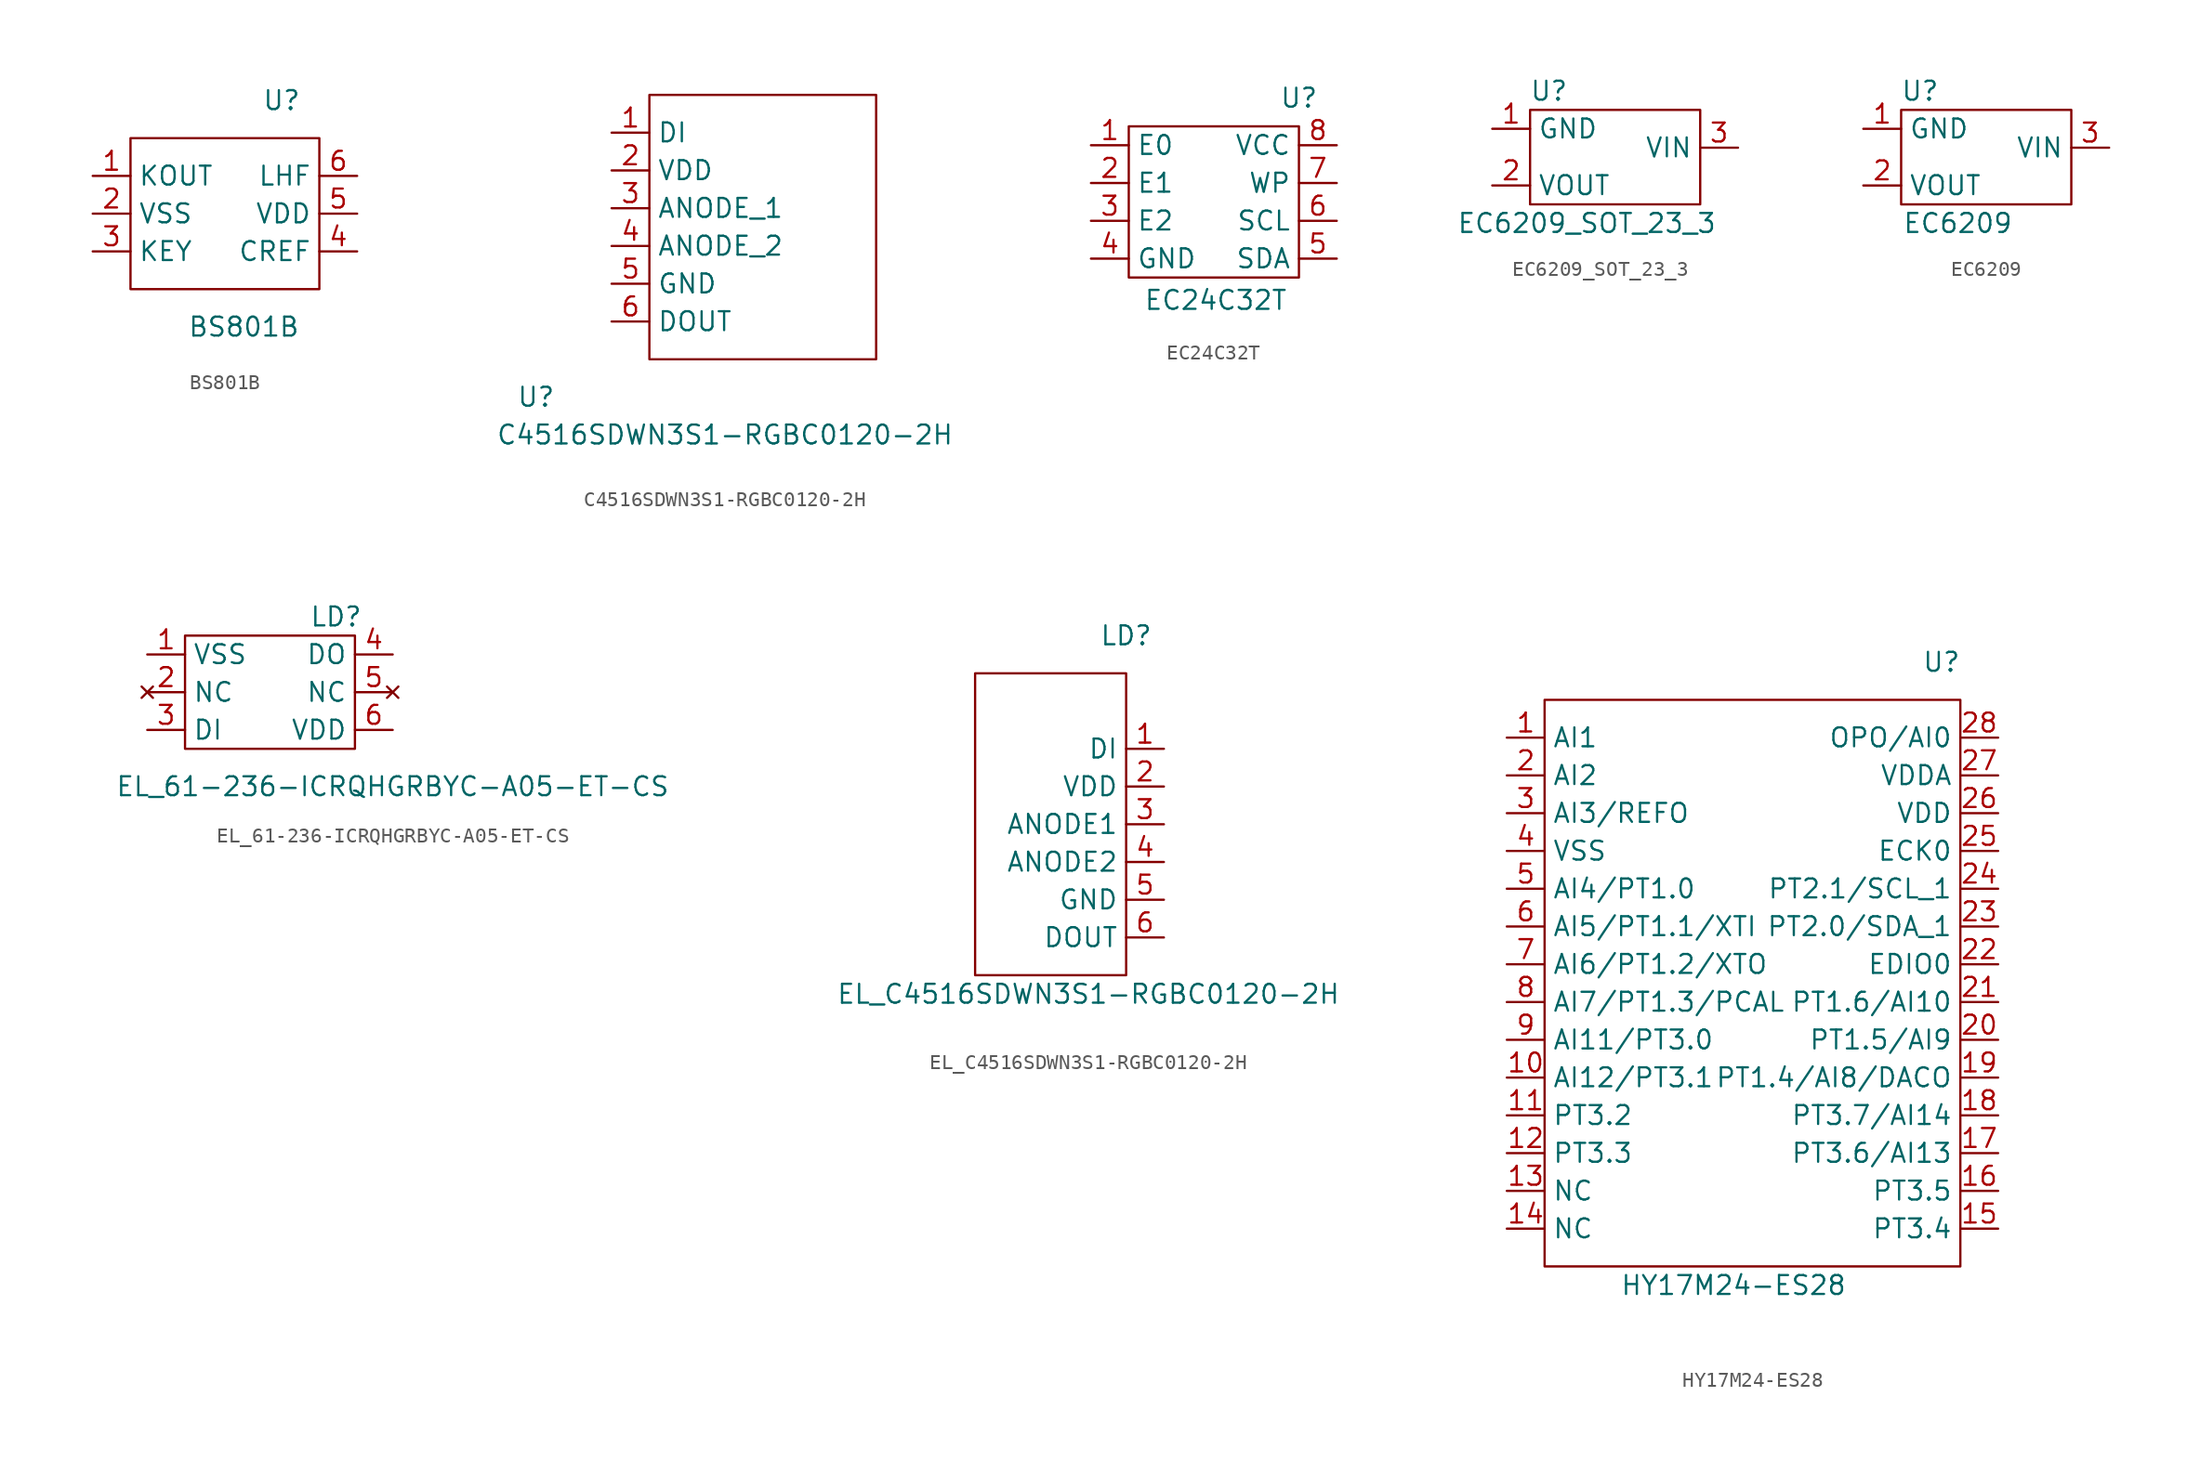
<source format=kicad_sym>
(kicad_symbol_lib
  (version 20220914)
  (generator kicad_symbol_editor)
  (symbol "BS801B"
    (property "Reference" "U"
      (at 10.16 12.7 0)
      (effects (font (size 1.27 1.27))))
    (property "Value" "BS801B"
      (at 7.62 -2.54 0)
      (effects (font (size 1.27 1.27))))
    (symbol "BS801B_0_1"
      (rectangle (start 0 10.16) (end 12.7 0) (stroke (width 0) (type default)) (fill (type none))))
    (symbol "BS801B_1_1"
      (pin bidirectional line (at -2.54 7.62 0) (length 2.54) (name "KOUT" (effects (font (size 1.27 1.27)))) (number "1" (effects (font (size 1.27 1.27)))))
      (pin bidirectional line (at -2.54 5.08 0) (length 2.54) (name "VSS" (effects (font (size 1.27 1.27)))) (number "2" (effects (font (size 1.27 1.27)))))
      (pin bidirectional line (at -2.54 2.54 0) (length 2.54) (name "KEY" (effects (font (size 1.27 1.27)))) (number "3" (effects (font (size 1.27 1.27)))))
      (pin bidirectional line (at 15.24 2.54 180) (length 2.54) (name "CREF" (effects (font (size 1.27 1.27)))) (number "4" (effects (font (size 1.27 1.27)))))
      (pin bidirectional line (at 15.24 5.08 180) (length 2.54) (name "VDD" (effects (font (size 1.27 1.27)))) (number "5" (effects (font (size 1.27 1.27)))))
      (pin bidirectional line (at 15.24 7.62 180) (length 2.54) (name "LHF" (effects (font (size 1.27 1.27)))) (number "6" (effects (font (size 1.27 1.27)))))))
  (symbol "C4516SDWN3S1-RGBC0120-2H"
    (property "Reference" "U"
      (at -7.62 -2.54 0)
      (effects (font (size 1.27 1.27))))
    (property "Value" "C4516SDWN3S1-RGBC0120-2H"
      (at 5.08 -5.08 0)
      (effects (font (size 1.27 1.27))))
    (symbol "C4516SDWN3S1-RGBC0120-2H_0_1"
      (rectangle (start 0 17.78) (end 15.24 0) (stroke (width 0) (type default)) (fill (type none))))
    (symbol "C4516SDWN3S1-RGBC0120-2H_1_1"
      (pin bidirectional line (at -2.54 15.24 0) (length 2.54) (name "DI" (effects (font (size 1.27 1.27)))) (number "1" (effects (font (size 1.27 1.27)))))
      (pin bidirectional line (at -2.54 12.7 0) (length 2.54) (name "VDD" (effects (font (size 1.27 1.27)))) (number "2" (effects (font (size 1.27 1.27)))))
      (pin bidirectional line (at -2.54 10.16 0) (length 2.54) (name "ANODE_1" (effects (font (size 1.27 1.27)))) (number "3" (effects (font (size 1.27 1.27)))))
      (pin bidirectional line (at -2.54 7.62 0) (length 2.54) (name "ANODE_2" (effects (font (size 1.27 1.27)))) (number "4" (effects (font (size 1.27 1.27)))))
      (pin bidirectional line (at -2.54 5.08 0) (length 2.54) (name "GND" (effects (font (size 1.27 1.27)))) (number "5" (effects (font (size 1.27 1.27)))))
      (pin bidirectional line (at -2.54 2.54 0) (length 2.54) (name "DOUT" (effects (font (size 1.27 1.27)))) (number "6" (effects (font (size 1.27 1.27)))))))
  (symbol "EC24C32T"
    (property "Reference" "U"
      (at 11.43 12.065 0)
      (effects (font (size 1.27 1.27))))
    (property "Value" "EC24C32T"
      (at 5.842 -1.524 0)
      (effects (font (size 1.27 1.27))))
    (symbol "EC24C32T_0_1"
      (rectangle (start 0 10.16) (end 11.43 0) (stroke (width 0) (type default)) (fill (type none))))
    (symbol "EC24C32T_1_1"
      (pin passive line (at -2.54 8.89 0) (length 2.54) (name "E0" (effects (font (size 1.27 1.27)))) (number "1" (effects (font (size 1.27 1.27)))))
      (pin passive line (at -2.54 6.35 0) (length 2.54) (name "E1" (effects (font (size 1.27 1.27)))) (number "2" (effects (font (size 1.27 1.27)))))
      (pin passive line (at -2.54 3.81 0) (length 2.54) (name "E2" (effects (font (size 1.27 1.27)))) (number "3" (effects (font (size 1.27 1.27)))))
      (pin passive line (at -2.54 1.27 0) (length 2.54) (name "GND" (effects (font (size 1.27 1.27)))) (number "4" (effects (font (size 1.27 1.27)))))
      (pin bidirectional line (at 13.97 1.27 180) (length 2.54) (name "SDA" (effects (font (size 1.27 1.27)))) (number "5" (effects (font (size 1.27 1.27)))))
      (pin bidirectional line (at 13.97 3.81 180) (length 2.54) (name "SCL" (effects (font (size 1.27 1.27)))) (number "6" (effects (font (size 1.27 1.27)))))
      (pin passive line (at 13.97 6.35 180) (length 2.54) (name "WP" (effects (font (size 1.27 1.27)))) (number "7" (effects (font (size 1.27 1.27)))))
      (pin passive line (at 13.97 8.89 180) (length 2.54) (name "VCC" (effects (font (size 1.27 1.27)))) (number "8" (effects (font (size 1.27 1.27)))))))
  (symbol "EC6209_SOT_23_3"
    (property "Reference" "U"
      (at 1.27 7.62 0)
      (effects (font (size 1.27 1.27))))
    (property "Value" "EC6209_SOT_23_3"
      (at 3.81 -1.27 0)
      (effects (font (size 1.27 1.27))))
    (symbol "EC6209_SOT_23_3_0_1"
      (rectangle (start 0 6.35) (end 11.43 0) (stroke (width 0) (type default)) (fill (type none))))
    (symbol "EC6209_SOT_23_3_1_1"
      (pin bidirectional line (at -2.54 5.08 0) (length 2.54) (name "GND" (effects (font (size 1.27 1.27)))) (number "1" (effects (font (size 1.27 1.27)))))
      (pin bidirectional line (at -2.54 1.27 0) (length 2.54) (name "VOUT" (effects (font (size 1.27 1.27)))) (number "2" (effects (font (size 1.27 1.27)))))
      (pin bidirectional line (at 13.97 3.81 180) (length 2.54) (name "VIN" (effects (font (size 1.27 1.27)))) (number "3" (effects (font (size 1.27 1.27)))))))
  (symbol "EC6209"
    (property "Reference" "U"
      (at 1.27 7.62 0)
      (effects (font (size 1.27 1.27))))
    (property "Value" "EC6209"
      (at 3.81 -1.27 0)
      (effects (font (size 1.27 1.27))))
    (symbol "EC6209_0_1"
      (rectangle (start 0 6.35) (end 11.43 0) (stroke (width 0) (type default)) (fill (type none))))
    (symbol "EC6209_1_1"
      (pin passive line (at -2.54 5.08 0) (length 2.54) (name "GND" (effects (font (size 1.27 1.27)))) (number "1" (effects (font (size 1.27 1.27)))))
      (pin passive line (at -2.54 1.27 0) (length 2.54) (name "VOUT" (effects (font (size 1.27 1.27)))) (number "2" (effects (font (size 1.27 1.27)))))
      (pin passive line (at 13.97 3.81 180) (length 2.54) (name "VIN" (effects (font (size 1.27 1.27)))) (number "3" (effects (font (size 1.27 1.27)))))))
  (symbol "EL_61-236-ICRQHGRBYC-A05-ET-CS"
    (property "Reference" "LD"
      (at 10.16 8.89 0)
      (effects (font (size 1.27 1.27))))
    (property "Value" "EL_61-236-ICRQHGRBYC-A05-ET-CS"
      (at 13.97 -2.54 0)
      (effects (font (size 1.27 1.27))))
    (symbol "EL_61-236-ICRQHGRBYC-A05-ET-CS_0_1"
      (rectangle (start 0 7.62) (end 11.43 0) (stroke (width 0) (type default)) (fill (type none))))
    (symbol "EL_61-236-ICRQHGRBYC-A05-ET-CS_1_1"
      (pin bidirectional line (at -2.54 6.35 0) (length 2.54) (name "VSS" (effects (font (size 1.27 1.27)))) (number "1" (effects (font (size 1.27 1.27)))))
      (pin no_connect line (at -2.54 3.81 0) (length 2.54) (name "NC" (effects (font (size 1.27 1.27)))) (number "2" (effects (font (size 1.27 1.27)))))
      (pin bidirectional line (at -2.54 1.27 0) (length 2.54) (name "DI" (effects (font (size 1.27 1.27)))) (number "3" (effects (font (size 1.27 1.27)))))
      (pin bidirectional line (at 13.97 6.35 180) (length 2.54) (name "DO" (effects (font (size 1.27 1.27)))) (number "4" (effects (font (size 1.27 1.27)))))
      (pin no_connect line (at 13.97 3.81 180) (length 2.54) (name "NC" (effects (font (size 1.27 1.27)))) (number "5" (effects (font (size 1.27 1.27)))))
      (pin bidirectional line (at 13.97 1.27 180) (length 2.54) (name "VDD" (effects (font (size 1.27 1.27)))) (number "6" (effects (font (size 1.27 1.27)))))))
  (symbol "EL_C4516SDWN3S1-RGBC0120-2H"
    (property "Reference" "LD"
      (at 10.16 22.86 0)
      (effects (font (size 1.27 1.27))))
    (property "Value" "EL_C4516SDWN3S1-RGBC0120-2H"
      (at 7.62 -1.27 0)
      (effects (font (size 1.27 1.27))))
    (symbol "EL_C4516SDWN3S1-RGBC0120-2H_0_1"
      (rectangle (start 0 20.32) (end 10.16 0) (stroke (width 0) (type default)) (fill (type none))))
    (symbol "EL_C4516SDWN3S1-RGBC0120-2H_1_1"
      (pin bidirectional line (at 12.7 15.24 180) (length 2.54) (name "DI" (effects (font (size 1.27 1.27)))) (number "1" (effects (font (size 1.27 1.27)))))
      (pin bidirectional line (at 12.7 12.7 180) (length 2.54) (name "VDD" (effects (font (size 1.27 1.27)))) (number "2" (effects (font (size 1.27 1.27)))))
      (pin bidirectional line (at 12.7 10.16 180) (length 2.54) (name "ANODE1" (effects (font (size 1.27 1.27)))) (number "3" (effects (font (size 1.27 1.27)))))
      (pin bidirectional line (at 12.7 7.62 180) (length 2.54) (name "ANODE2" (effects (font (size 1.27 1.27)))) (number "4" (effects (font (size 1.27 1.27)))))
      (pin bidirectional line (at 12.7 5.08 180) (length 2.54) (name "GND" (effects (font (size 1.27 1.27)))) (number "5" (effects (font (size 1.27 1.27)))))
      (pin bidirectional line (at 12.7 2.54 180) (length 2.54) (name "DOUT" (effects (font (size 1.27 1.27)))) (number "6" (effects (font (size 1.27 1.27)))))))
  (symbol "HY17M24-ES28"
    (property "Reference" "U"
      (at 26.67 40.64 0)
      (effects (font (size 1.27 1.27))))
    (property "Value" "HY17M24-ES28"
      (at 12.7 -1.27 0)
      (effects (font (size 1.27 1.27))))
    (symbol "HY17M24-ES28_0_1"
      (rectangle (start 0 38.1) (end 27.94 0) (stroke (width 0) (type default)) (fill (type none))))
    (symbol "HY17M24-ES28_1_1"
      (pin bidirectional line (at -2.54 35.56 0) (length 2.54) (name "AI1" (effects (font (size 1.27 1.27)))) (number "1" (effects (font (size 1.27 1.27)))))
      (pin bidirectional line (at -2.54 12.7 0) (length 2.54) (name "AI12/PT3.1" (effects (font (size 1.27 1.27)))) (number "10" (effects (font (size 1.27 1.27)))))
      (pin bidirectional line (at -2.54 10.16 0) (length 2.54) (name "PT3.2" (effects (font (size 1.27 1.27)))) (number "11" (effects (font (size 1.27 1.27)))))
      (pin bidirectional line (at -2.54 7.62 0) (length 2.54) (name "PT3.3" (effects (font (size 1.27 1.27)))) (number "12" (effects (font (size 1.27 1.27)))))
      (pin bidirectional line (at -2.54 5.08 0) (length 2.54) (name "NC" (effects (font (size 1.27 1.27)))) (number "13" (effects (font (size 1.27 1.27)))))
      (pin bidirectional line (at -2.54 2.54 0) (length 2.54) (name "NC" (effects (font (size 1.27 1.27)))) (number "14" (effects (font (size 1.27 1.27)))))
      (pin bidirectional line (at 30.48 2.54 180) (length 2.54) (name "PT3.4" (effects (font (size 1.27 1.27)))) (number "15" (effects (font (size 1.27 1.27)))))
      (pin bidirectional line (at 30.48 5.08 180) (length 2.54) (name "PT3.5" (effects (font (size 1.27 1.27)))) (number "16" (effects (font (size 1.27 1.27)))))
      (pin bidirectional line (at 30.48 7.62 180) (length 2.54) (name "PT3.6/AI13" (effects (font (size 1.27 1.27)))) (number "17" (effects (font (size 1.27 1.27)))))
      (pin bidirectional line (at 30.48 10.16 180) (length 2.54) (name "PT3.7/AI14" (effects (font (size 1.27 1.27)))) (number "18" (effects (font (size 1.27 1.27)))))
      (pin bidirectional line (at 30.48 12.7 180) (length 2.54) (name "PT1.4/AI8/DACO" (effects (font (size 1.27 1.27)))) (number "19" (effects (font (size 1.27 1.27)))))
      (pin bidirectional line (at -2.54 33.02 0) (length 2.54) (name "AI2" (effects (font (size 1.27 1.27)))) (number "2" (effects (font (size 1.27 1.27)))))
      (pin bidirectional line (at 30.48 15.24 180) (length 2.54) (name "PT1.5/AI9" (effects (font (size 1.27 1.27)))) (number "20" (effects (font (size 1.27 1.27)))))
      (pin bidirectional line (at 30.48 17.78 180) (length 2.54) (name "PT1.6/AI10" (effects (font (size 1.27 1.27)))) (number "21" (effects (font (size 1.27 1.27)))))
      (pin bidirectional line (at 30.48 20.32 180) (length 2.54) (name "EDIO0" (effects (font (size 1.27 1.27)))) (number "22" (effects (font (size 1.27 1.27)))))
      (pin bidirectional line (at 30.48 22.86 180) (length 2.54) (name "PT2.0/SDA_1" (effects (font (size 1.27 1.27)))) (number "23" (effects (font (size 1.27 1.27)))))
      (pin bidirectional line (at 30.48 25.4 180) (length 2.54) (name "PT2.1/SCL_1" (effects (font (size 1.27 1.27)))) (number "24" (effects (font (size 1.27 1.27)))))
      (pin bidirectional line (at 30.48 27.94 180) (length 2.54) (name "ECK0" (effects (font (size 1.27 1.27)))) (number "25" (effects (font (size 1.27 1.27)))))
      (pin passive line (at 30.48 30.48 180) (length 2.54) (name "VDD" (effects (font (size 1.27 1.27)))) (number "26" (effects (font (size 1.27 1.27)))))
      (pin passive line (at 30.48 33.02 180) (length 2.54) (name "VDDA" (effects (font (size 1.27 1.27)))) (number "27" (effects (font (size 1.27 1.27)))))
      (pin bidirectional line (at 30.48 35.56 180) (length 2.54) (name "OPO/AI0" (effects (font (size 1.27 1.27)))) (number "28" (effects (font (size 1.27 1.27)))))
      (pin bidirectional line (at -2.54 30.48 0) (length 2.54) (name "AI3/REFO" (effects (font (size 1.27 1.27)))) (number "3" (effects (font (size 1.27 1.27)))))
      (pin passive line (at -2.54 27.94 0) (length 2.54) (name "VSS" (effects (font (size 1.27 1.27)))) (number "4" (effects (font (size 1.27 1.27)))))
      (pin bidirectional line (at -2.54 25.4 0) (length 2.54) (name "AI4/PT1.0" (effects (font (size 1.27 1.27)))) (number "5" (effects (font (size 1.27 1.27)))))
      (pin bidirectional line (at -2.54 22.86 0) (length 2.54) (name "AI5/PT1.1/XTI" (effects (font (size 1.27 1.27)))) (number "6" (effects (font (size 1.27 1.27)))))
      (pin bidirectional line (at -2.54 20.32 0) (length 2.54) (name "AI6/PT1.2/XTO" (effects (font (size 1.27 1.27)))) (number "7" (effects (font (size 1.27 1.27)))))
      (pin bidirectional line (at -2.54 17.78 0) (length 2.54) (name "AI7/PT1.3/PCAL" (effects (font (size 1.27 1.27)))) (number "8" (effects (font (size 1.27 1.27)))))
      (pin bidirectional line (at -2.54 15.24 0) (length 2.54) (name "AI11/PT3.0" (effects (font (size 1.27 1.27)))) (number "9" (effects (font (size 1.27 1.27))))))))
</source>
